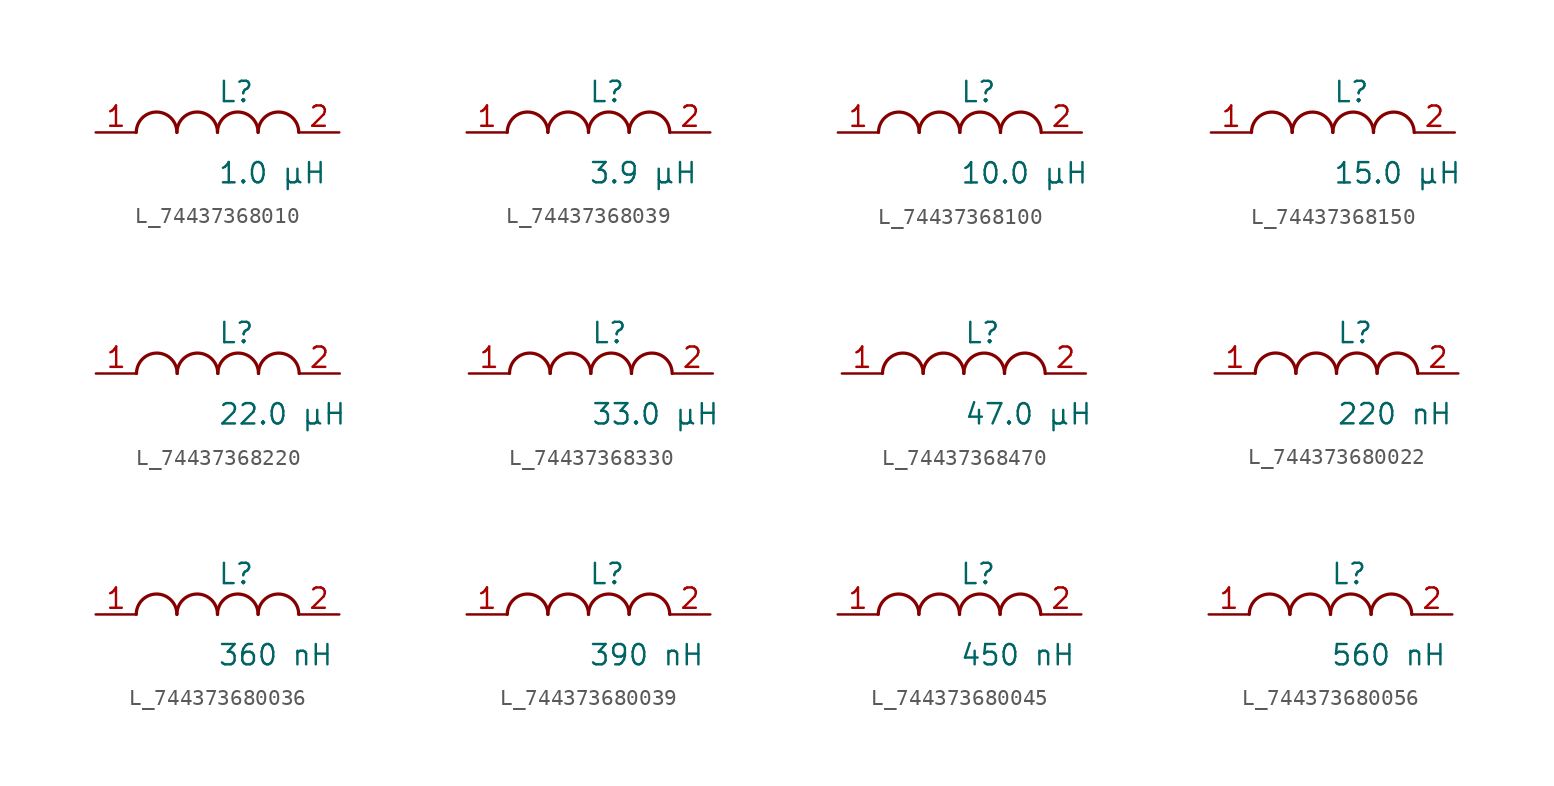
<source format=kicad_sym>
(kicad_symbol_lib
  (version 20231120)
  (generator kicad_symbol_editor)
  (generator_version 8.0)
  (symbol "L_74437368010"
    (pin_names
      (offset 0.254))
    (property "Reference" "L"
      (at 0 2.54 0)
      (effects (font (size 1.27 1.27)) (justify left)))
    (property "Value" "1.0 µH"
      (at 0 -2.54 0)
      (effects (font (size 1.27 1.27)) (justify left)))
    (symbol "L_74437368010_1_1"
      (arc (start -2.54 0.0056) (mid -3.81 1.27) (end -5.08 0.0056) (stroke (width 0.2032) (type default)) (fill (type none)))
      (arc (start 0 0.0056) (mid -1.27 1.27) (end -2.54 0.0056) (stroke (width 0.2032) (type default)) (fill (type none)))
      (arc (start 2.54 0.0056) (mid 1.27 1.27) (end 0 0.0056) (stroke (width 0.2032) (type default)) (fill (type none)))
      (arc (start 5.08 0.0056) (mid 3.81 1.27) (end 2.54 0.0056) (stroke (width 0.2032) (type default)) (fill (type none)))
      (pin unspecified line (at -7.62 0 0) (length 2.54) (name "" (effects (font (size 1.27 1.27)))) (number "1" (effects (font (size 1.27 1.27)))))
      (pin unspecified line (at 7.62 0 180) (length 2.54) (name "" (effects (font (size 1.27 1.27)))) (number "2" (effects (font (size 1.27 1.27)))))))
  (symbol "L_74437368039"
    (pin_names
      (offset 0.254))
    (property "Reference" "L"
      (at 0 2.54 0)
      (effects (font (size 1.27 1.27)) (justify left)))
    (property "Value" "3.9 µH"
      (at 0 -2.54 0)
      (effects (font (size 1.27 1.27)) (justify left)))
    (symbol "L_74437368039_1_1"
      (arc (start -2.54 0.0056) (mid -3.81 1.27) (end -5.08 0.0056) (stroke (width 0.2032) (type default)) (fill (type none)))
      (arc (start 0 0.0056) (mid -1.27 1.27) (end -2.54 0.0056) (stroke (width 0.2032) (type default)) (fill (type none)))
      (arc (start 2.54 0.0056) (mid 1.27 1.27) (end 0 0.0056) (stroke (width 0.2032) (type default)) (fill (type none)))
      (arc (start 5.08 0.0056) (mid 3.81 1.27) (end 2.54 0.0056) (stroke (width 0.2032) (type default)) (fill (type none)))
      (pin unspecified line (at -7.62 0 0) (length 2.54) (name "" (effects (font (size 1.27 1.27)))) (number "1" (effects (font (size 1.27 1.27)))))
      (pin unspecified line (at 7.62 0 180) (length 2.54) (name "" (effects (font (size 1.27 1.27)))) (number "2" (effects (font (size 1.27 1.27)))))))
  (symbol "L_74437368100"
    (pin_names
      (offset 0.254))
    (property "Reference" "L"
      (at 0 2.54 0)
      (effects (font (size 1.27 1.27)) (justify left)))
    (property "Value" "10.0 µH"
      (at 0 -2.54 0)
      (effects (font (size 1.27 1.27)) (justify left)))
    (symbol "L_74437368100_1_1"
      (arc (start -2.54 0.0056) (mid -3.81 1.27) (end -5.08 0.0056) (stroke (width 0.2032) (type default)) (fill (type none)))
      (arc (start 0 0.0056) (mid -1.27 1.27) (end -2.54 0.0056) (stroke (width 0.2032) (type default)) (fill (type none)))
      (arc (start 2.54 0.0056) (mid 1.27 1.27) (end 0 0.0056) (stroke (width 0.2032) (type default)) (fill (type none)))
      (arc (start 5.08 0.0056) (mid 3.81 1.27) (end 2.54 0.0056) (stroke (width 0.2032) (type default)) (fill (type none)))
      (pin unspecified line (at -7.62 0 0) (length 2.54) (name "" (effects (font (size 1.27 1.27)))) (number "1" (effects (font (size 1.27 1.27)))))
      (pin unspecified line (at 7.62 0 180) (length 2.54) (name "" (effects (font (size 1.27 1.27)))) (number "2" (effects (font (size 1.27 1.27)))))))
  (symbol "L_74437368150"
    (pin_names
      (offset 0.254))
    (property "Reference" "L"
      (at 0 2.54 0)
      (effects (font (size 1.27 1.27)) (justify left)))
    (property "Value" "15.0 µH"
      (at 0 -2.54 0)
      (effects (font (size 1.27 1.27)) (justify left)))
    (symbol "L_74437368150_1_1"
      (arc (start -2.54 0.0056) (mid -3.81 1.27) (end -5.08 0.0056) (stroke (width 0.2032) (type default)) (fill (type none)))
      (arc (start 0 0.0056) (mid -1.27 1.27) (end -2.54 0.0056) (stroke (width 0.2032) (type default)) (fill (type none)))
      (arc (start 2.54 0.0056) (mid 1.27 1.27) (end 0 0.0056) (stroke (width 0.2032) (type default)) (fill (type none)))
      (arc (start 5.08 0.0056) (mid 3.81 1.27) (end 2.54 0.0056) (stroke (width 0.2032) (type default)) (fill (type none)))
      (pin unspecified line (at -7.62 0 0) (length 2.54) (name "" (effects (font (size 1.27 1.27)))) (number "1" (effects (font (size 1.27 1.27)))))
      (pin unspecified line (at 7.62 0 180) (length 2.54) (name "" (effects (font (size 1.27 1.27)))) (number "2" (effects (font (size 1.27 1.27)))))))
  (symbol "L_74437368220"
    (pin_names
      (offset 0.254))
    (property "Reference" "L"
      (at 0 2.54 0)
      (effects (font (size 1.27 1.27)) (justify left)))
    (property "Value" "22.0 µH"
      (at 0 -2.54 0)
      (effects (font (size 1.27 1.27)) (justify left)))
    (symbol "L_74437368220_1_1"
      (arc (start -2.54 0.0056) (mid -3.81 1.27) (end -5.08 0.0056) (stroke (width 0.2032) (type default)) (fill (type none)))
      (arc (start 0 0.0056) (mid -1.27 1.27) (end -2.54 0.0056) (stroke (width 0.2032) (type default)) (fill (type none)))
      (arc (start 2.54 0.0056) (mid 1.27 1.27) (end 0 0.0056) (stroke (width 0.2032) (type default)) (fill (type none)))
      (arc (start 5.08 0.0056) (mid 3.81 1.27) (end 2.54 0.0056) (stroke (width 0.2032) (type default)) (fill (type none)))
      (pin unspecified line (at -7.62 0 0) (length 2.54) (name "" (effects (font (size 1.27 1.27)))) (number "1" (effects (font (size 1.27 1.27)))))
      (pin unspecified line (at 7.62 0 180) (length 2.54) (name "" (effects (font (size 1.27 1.27)))) (number "2" (effects (font (size 1.27 1.27)))))))
  (symbol "L_74437368330"
    (pin_names
      (offset 0.254))
    (property "Reference" "L"
      (at 0 2.54 0)
      (effects (font (size 1.27 1.27)) (justify left)))
    (property "Value" "33.0 µH"
      (at 0 -2.54 0)
      (effects (font (size 1.27 1.27)) (justify left)))
    (symbol "L_74437368330_1_1"
      (arc (start -2.54 0.0056) (mid -3.81 1.27) (end -5.08 0.0056) (stroke (width 0.2032) (type default)) (fill (type none)))
      (arc (start 0 0.0056) (mid -1.27 1.27) (end -2.54 0.0056) (stroke (width 0.2032) (type default)) (fill (type none)))
      (arc (start 2.54 0.0056) (mid 1.27 1.27) (end 0 0.0056) (stroke (width 0.2032) (type default)) (fill (type none)))
      (arc (start 5.08 0.0056) (mid 3.81 1.27) (end 2.54 0.0056) (stroke (width 0.2032) (type default)) (fill (type none)))
      (pin unspecified line (at -7.62 0 0) (length 2.54) (name "" (effects (font (size 1.27 1.27)))) (number "1" (effects (font (size 1.27 1.27)))))
      (pin unspecified line (at 7.62 0 180) (length 2.54) (name "" (effects (font (size 1.27 1.27)))) (number "2" (effects (font (size 1.27 1.27)))))))
  (symbol "L_74437368470"
    (pin_names
      (offset 0.254))
    (property "Reference" "L"
      (at 0 2.54 0)
      (effects (font (size 1.27 1.27)) (justify left)))
    (property "Value" "47.0 µH"
      (at 0 -2.54 0)
      (effects (font (size 1.27 1.27)) (justify left)))
    (symbol "L_74437368470_1_1"
      (arc (start -2.54 0.0056) (mid -3.81 1.27) (end -5.08 0.0056) (stroke (width 0.2032) (type default)) (fill (type none)))
      (arc (start 0 0.0056) (mid -1.27 1.27) (end -2.54 0.0056) (stroke (width 0.2032) (type default)) (fill (type none)))
      (arc (start 2.54 0.0056) (mid 1.27 1.27) (end 0 0.0056) (stroke (width 0.2032) (type default)) (fill (type none)))
      (arc (start 5.08 0.0056) (mid 3.81 1.27) (end 2.54 0.0056) (stroke (width 0.2032) (type default)) (fill (type none)))
      (pin unspecified line (at -7.62 0 0) (length 2.54) (name "" (effects (font (size 1.27 1.27)))) (number "1" (effects (font (size 1.27 1.27)))))
      (pin unspecified line (at 7.62 0 180) (length 2.54) (name "" (effects (font (size 1.27 1.27)))) (number "2" (effects (font (size 1.27 1.27)))))))
  (symbol "L_744373680022"
    (pin_names
      (offset 0.254))
    (property "Reference" "L"
      (at 0 2.54 0)
      (effects (font (size 1.27 1.27)) (justify left)))
    (property "Value" "220 nH"
      (at 0 -2.54 0)
      (effects (font (size 1.27 1.27)) (justify left)))
    (symbol "L_744373680022_1_1"
      (arc (start -2.54 0.0056) (mid -3.81 1.27) (end -5.08 0.0056) (stroke (width 0.2032) (type default)) (fill (type none)))
      (arc (start 0 0.0056) (mid -1.27 1.27) (end -2.54 0.0056) (stroke (width 0.2032) (type default)) (fill (type none)))
      (arc (start 2.54 0.0056) (mid 1.27 1.27) (end 0 0.0056) (stroke (width 0.2032) (type default)) (fill (type none)))
      (arc (start 5.08 0.0056) (mid 3.81 1.27) (end 2.54 0.0056) (stroke (width 0.2032) (type default)) (fill (type none)))
      (pin unspecified line (at -7.62 0 0) (length 2.54) (name "" (effects (font (size 1.27 1.27)))) (number "1" (effects (font (size 1.27 1.27)))))
      (pin unspecified line (at 7.62 0 180) (length 2.54) (name "" (effects (font (size 1.27 1.27)))) (number "2" (effects (font (size 1.27 1.27)))))))
  (symbol "L_744373680036"
    (pin_names
      (offset 0.254))
    (property "Reference" "L"
      (at 0 2.54 0)
      (effects (font (size 1.27 1.27)) (justify left)))
    (property "Value" "360 nH"
      (at 0 -2.54 0)
      (effects (font (size 1.27 1.27)) (justify left)))
    (symbol "L_744373680036_1_1"
      (arc (start -2.54 0.0056) (mid -3.81 1.27) (end -5.08 0.0056) (stroke (width 0.2032) (type default)) (fill (type none)))
      (arc (start 0 0.0056) (mid -1.27 1.27) (end -2.54 0.0056) (stroke (width 0.2032) (type default)) (fill (type none)))
      (arc (start 2.54 0.0056) (mid 1.27 1.27) (end 0 0.0056) (stroke (width 0.2032) (type default)) (fill (type none)))
      (arc (start 5.08 0.0056) (mid 3.81 1.27) (end 2.54 0.0056) (stroke (width 0.2032) (type default)) (fill (type none)))
      (pin unspecified line (at -7.62 0 0) (length 2.54) (name "" (effects (font (size 1.27 1.27)))) (number "1" (effects (font (size 1.27 1.27)))))
      (pin unspecified line (at 7.62 0 180) (length 2.54) (name "" (effects (font (size 1.27 1.27)))) (number "2" (effects (font (size 1.27 1.27)))))))
  (symbol "L_744373680039"
    (pin_names
      (offset 0.254))
    (property "Reference" "L"
      (at 0 2.54 0)
      (effects (font (size 1.27 1.27)) (justify left)))
    (property "Value" "390 nH"
      (at 0 -2.54 0)
      (effects (font (size 1.27 1.27)) (justify left)))
    (symbol "L_744373680039_1_1"
      (arc (start -2.54 0.0056) (mid -3.81 1.27) (end -5.08 0.0056) (stroke (width 0.2032) (type default)) (fill (type none)))
      (arc (start 0 0.0056) (mid -1.27 1.27) (end -2.54 0.0056) (stroke (width 0.2032) (type default)) (fill (type none)))
      (arc (start 2.54 0.0056) (mid 1.27 1.27) (end 0 0.0056) (stroke (width 0.2032) (type default)) (fill (type none)))
      (arc (start 5.08 0.0056) (mid 3.81 1.27) (end 2.54 0.0056) (stroke (width 0.2032) (type default)) (fill (type none)))
      (pin unspecified line (at -7.62 0 0) (length 2.54) (name "" (effects (font (size 1.27 1.27)))) (number "1" (effects (font (size 1.27 1.27)))))
      (pin unspecified line (at 7.62 0 180) (length 2.54) (name "" (effects (font (size 1.27 1.27)))) (number "2" (effects (font (size 1.27 1.27)))))))
  (symbol "L_744373680045"
    (pin_names
      (offset 0.254))
    (property "Reference" "L"
      (at 0 2.54 0)
      (effects (font (size 1.27 1.27)) (justify left)))
    (property "Value" "450 nH"
      (at 0 -2.54 0)
      (effects (font (size 1.27 1.27)) (justify left)))
    (symbol "L_744373680045_1_1"
      (arc (start -2.54 0.0056) (mid -3.81 1.27) (end -5.08 0.0056) (stroke (width 0.2032) (type default)) (fill (type none)))
      (arc (start 0 0.0056) (mid -1.27 1.27) (end -2.54 0.0056) (stroke (width 0.2032) (type default)) (fill (type none)))
      (arc (start 2.54 0.0056) (mid 1.27 1.27) (end 0 0.0056) (stroke (width 0.2032) (type default)) (fill (type none)))
      (arc (start 5.08 0.0056) (mid 3.81 1.27) (end 2.54 0.0056) (stroke (width 0.2032) (type default)) (fill (type none)))
      (pin unspecified line (at -7.62 0 0) (length 2.54) (name "" (effects (font (size 1.27 1.27)))) (number "1" (effects (font (size 1.27 1.27)))))
      (pin unspecified line (at 7.62 0 180) (length 2.54) (name "" (effects (font (size 1.27 1.27)))) (number "2" (effects (font (size 1.27 1.27)))))))
  (symbol "L_744373680056"
    (pin_names
      (offset 0.254))
    (property "Reference" "L"
      (at 0 2.54 0)
      (effects (font (size 1.27 1.27)) (justify left)))
    (property "Value" "560 nH"
      (at 0 -2.54 0)
      (effects (font (size 1.27 1.27)) (justify left)))
    (symbol "L_744373680056_1_1"
      (arc (start -2.54 0.0056) (mid -3.81 1.27) (end -5.08 0.0056) (stroke (width 0.2032) (type default)) (fill (type none)))
      (arc (start 0 0.0056) (mid -1.27 1.27) (end -2.54 0.0056) (stroke (width 0.2032) (type default)) (fill (type none)))
      (arc (start 2.54 0.0056) (mid 1.27 1.27) (end 0 0.0056) (stroke (width 0.2032) (type default)) (fill (type none)))
      (arc (start 5.08 0.0056) (mid 3.81 1.27) (end 2.54 0.0056) (stroke (width 0.2032) (type default)) (fill (type none)))
      (pin unspecified line (at -7.62 0 0) (length 2.54) (name "" (effects (font (size 1.27 1.27)))) (number "1" (effects (font (size 1.27 1.27)))))
      (pin unspecified line (at 7.62 0 180) (length 2.54) (name "" (effects (font (size 1.27 1.27)))) (number "2" (effects (font (size 1.27 1.27))))))))
</source>
